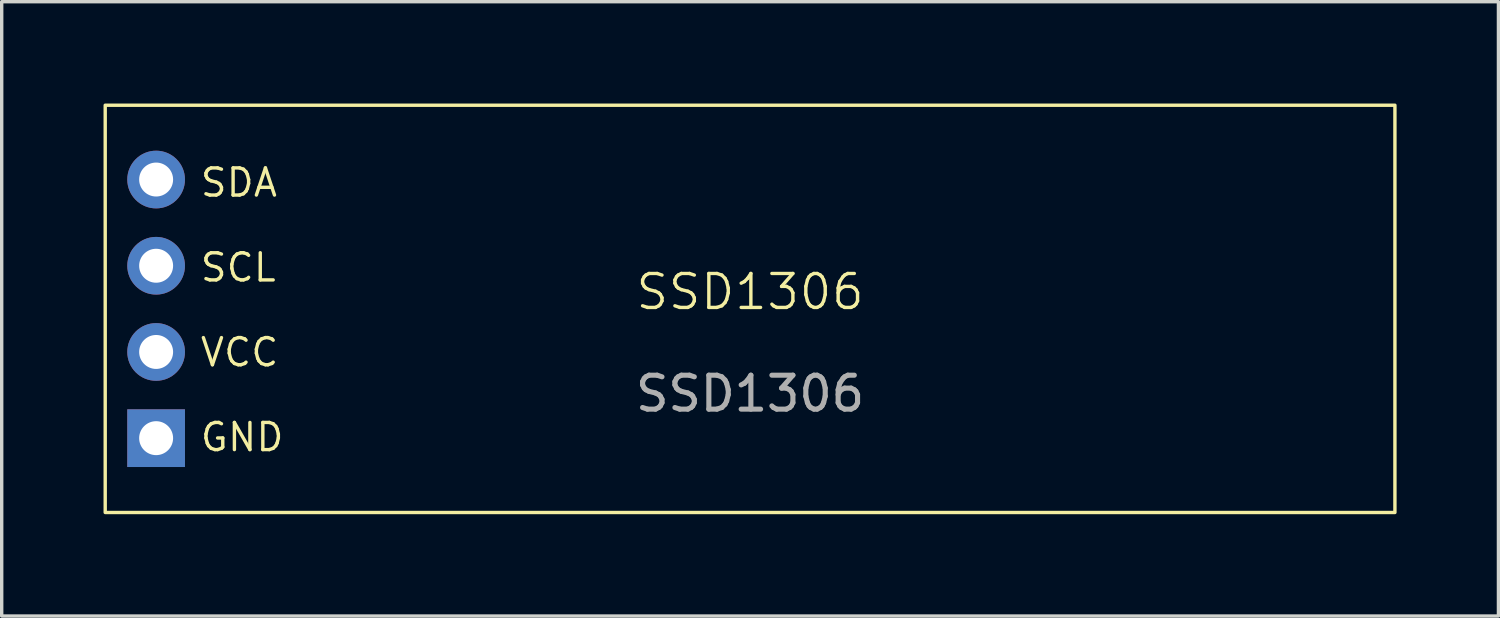
<source format=kicad_pcb>
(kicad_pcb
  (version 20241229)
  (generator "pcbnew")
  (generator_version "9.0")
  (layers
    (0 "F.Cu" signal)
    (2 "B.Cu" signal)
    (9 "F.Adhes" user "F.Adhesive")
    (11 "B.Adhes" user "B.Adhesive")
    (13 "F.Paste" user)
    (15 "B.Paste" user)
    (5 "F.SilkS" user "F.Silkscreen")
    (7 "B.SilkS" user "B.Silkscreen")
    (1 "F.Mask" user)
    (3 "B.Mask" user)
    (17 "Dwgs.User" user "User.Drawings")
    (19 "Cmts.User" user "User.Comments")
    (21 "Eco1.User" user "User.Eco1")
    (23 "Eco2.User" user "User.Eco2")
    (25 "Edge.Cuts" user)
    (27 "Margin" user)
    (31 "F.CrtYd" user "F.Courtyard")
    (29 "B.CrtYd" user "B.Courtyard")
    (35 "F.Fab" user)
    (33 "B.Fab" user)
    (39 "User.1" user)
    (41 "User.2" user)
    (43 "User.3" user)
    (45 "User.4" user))
  (footprint "SSD1306"
    (layer "F.Cu")
    (at 19.05 6.05)
    (property "Reference" "SSD1306" (at 0 -0.5 0) (unlocked yes) (layer "F.SilkS") (effects (font (size 1 1) (thickness 0.1))))
    (attr smd)
    (fp_rect (start -19 -6) (end 19 6) (stroke (width 0.1) (type default)) (fill no) (layer "F.SilkS"))
    (fp_text user "SDA" (at -16.25 -3.25 0) (unlocked yes) (layer "F.SilkS") (effects (font (size 0.8 0.8) (thickness 0.1)) (justify left bottom)))
    (fp_text user "SCL" (at -16.25 -0.75 0) (unlocked yes) (layer "F.SilkS") (effects (font (size 0.8 0.8) (thickness 0.1)) (justify left bottom)))
    (fp_text user "VCC" (at -16.25 1.75 0) (unlocked yes) (layer "F.SilkS") (effects (font (size 0.8 0.8) (thickness 0.1)) (justify left bottom)))
    (fp_text user "GND" (at -16.25 4.25 0) (unlocked yes) (layer "F.SilkS") (effects (font (size 0.8 0.8) (thickness 0.1)) (justify left bottom)))
    (fp_text user "${REFERENCE}" (at 0 2.5 0) (unlocked yes) (layer "F.Fab") (effects (font (size 1 1) (thickness 0.15))))
    (pad "1" thru_hole circle (at -17.5 -3.81) (size 1.7 1.7) (drill 1) (layers "*.Cu" "*.Mask"))
    (pad "2" thru_hole circle (at -17.5 -1.27) (size 1.7 1.7) (drill 1) (layers "*.Cu" "*.Mask"))
    (pad "3" thru_hole circle (at -17.5 1.27) (size 1.7 1.7) (drill 1) (layers "*.Cu" "*.Mask"))
    (pad "4" thru_hole rect (at -17.5 3.81) (size 1.7 1.7) (drill 1) (layers "*.Cu" "*.Mask"))
    (zone (net_name "") (layer "F.SilkS") (hatch edge 0.5) (connect_pads) (min_thickness 0.25) (filled_areas_thickness no) (keepout (tracks allowed) (vias allowed) (pads not_allowed) (copperpour allowed) (footprints not_allowed)) (placement (enabled no)) (fill) (polygon (pts (xy 0.05 0.05) (xy 38.05 0.05) (xy 38.05 12.05) (xy 0.05 12.05)))))
  (gr_rect
    (start -3 -3)
    (end 41.1 15.1)
    (stroke (width 0.1) (type default))
    (fill no)
    (layer "Edge.Cuts")))
</source>
